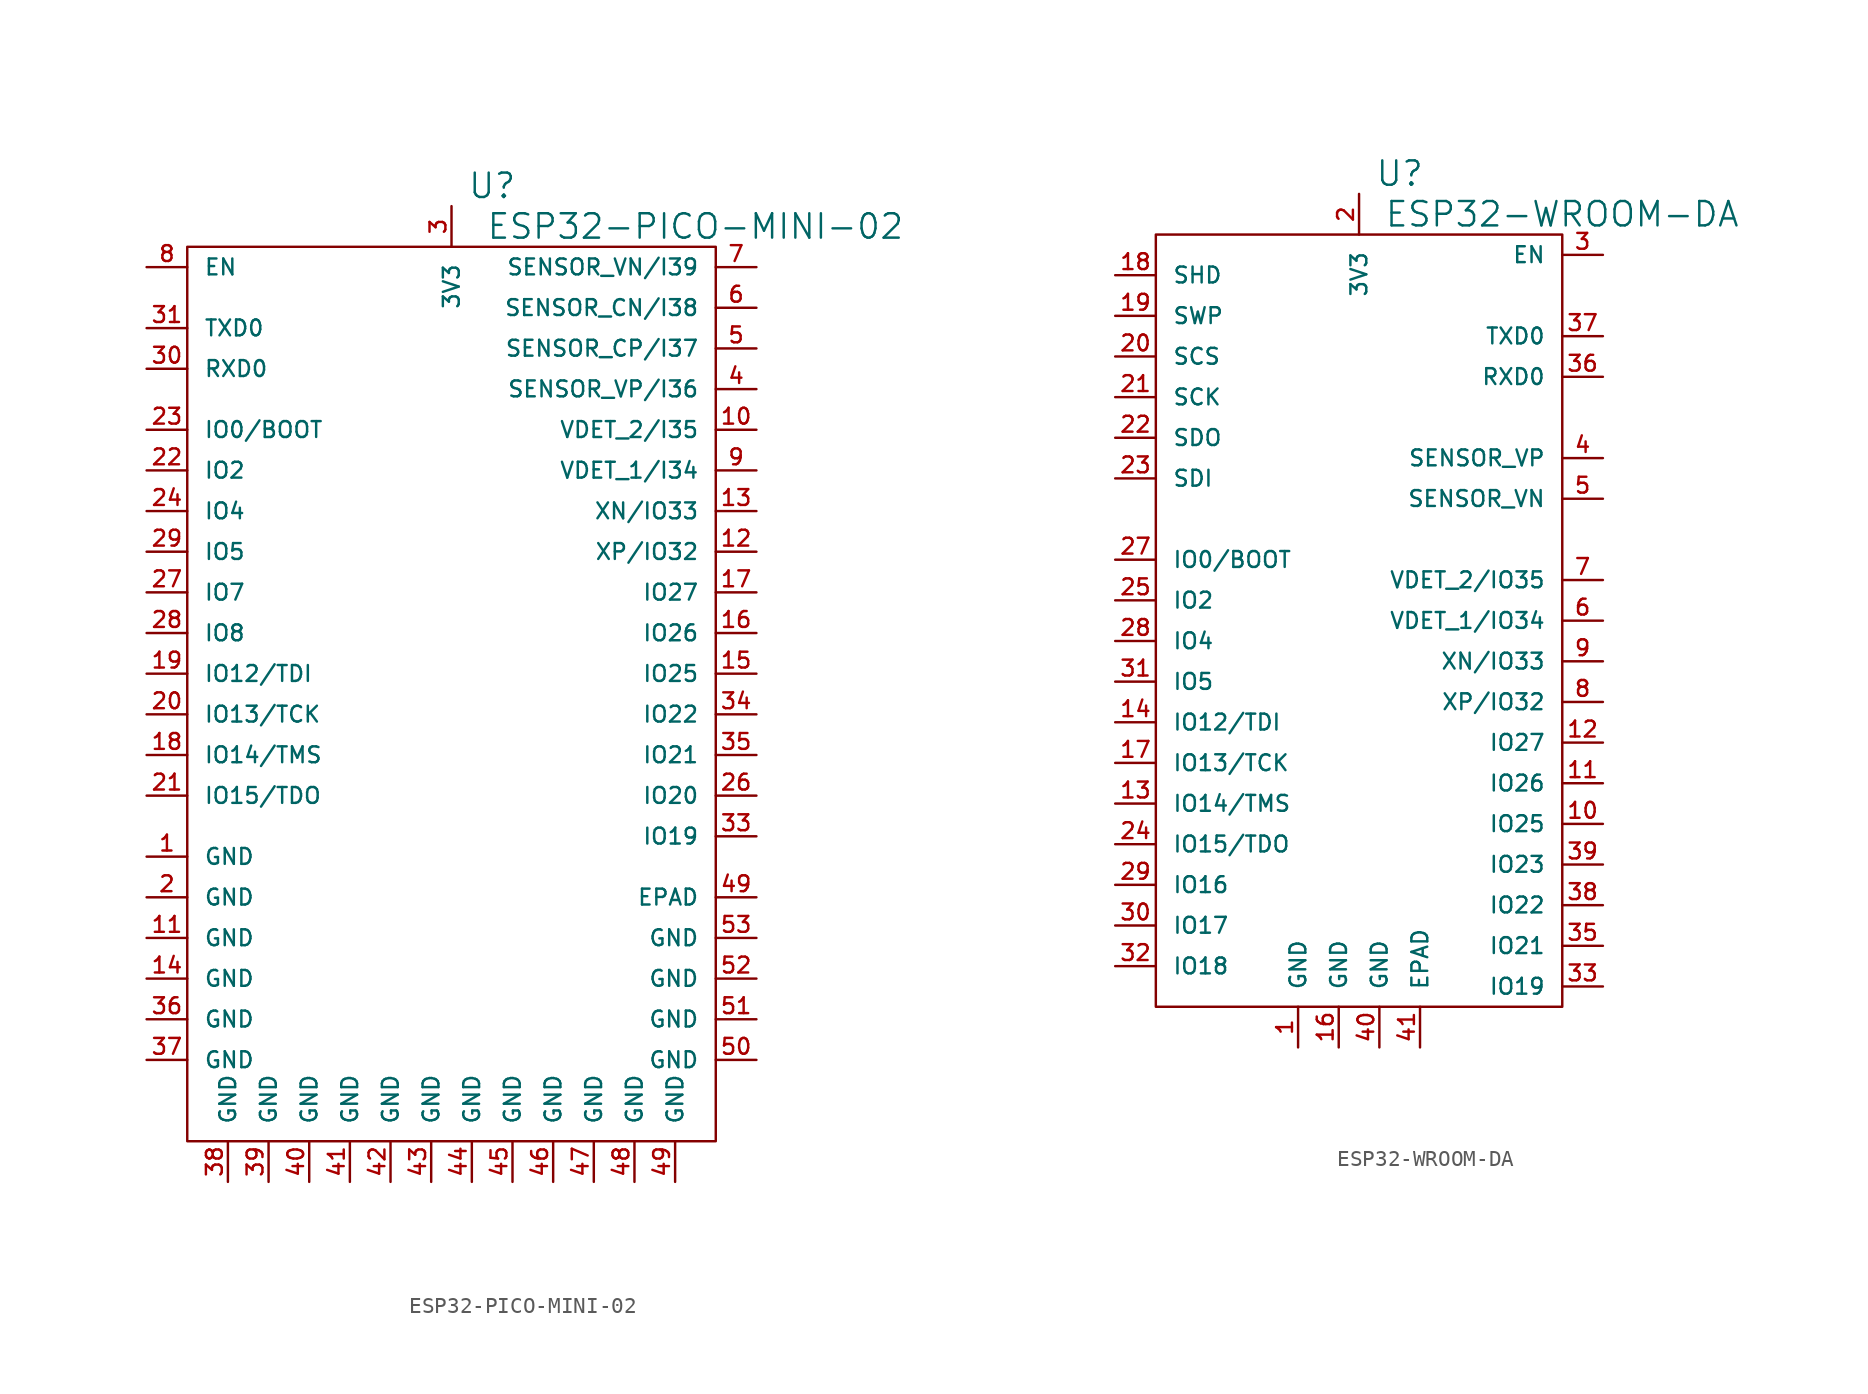
<source format=kicad_sym>
(kicad_symbol_lib
  (version 20220914)
  (generator kicad_symbol_editor)
  (symbol "ESP32-PICO-MINI-02"
    (pin_names
      (offset 1.016))
    (property "Reference" "U"
      (at 2.54 31.75 0)
      (effects (font (size 1.524 1.524))))
    (property "Value" "ESP32-PICO-MINI-02"
      (at 15.24 29.21 0)
      (effects (font (size 1.524 1.524))))
    (property "Footprint" ""
      (at 0 -10.16 0)
      (effects (font (size 1.524 1.524))))
    (property "Datasheet" ""
      (at 0 0 0)
      (effects (font (size 1.524 1.524))))
    (symbol "ESP32-PICO-MINI-02_0_1"
      (rectangle (start -16.51 27.94) (end 16.51 -27.94) (stroke (width 0) (type solid)) (fill (type none))))
    (symbol "ESP32-PICO-MINI-02_1_1"
      (pin passive line (at -19.05 -10.16 0) (length 2.54) (name "GND" (effects (font (size 0.991 0.991)))) (number "1" (effects (font (size 0.991 0.991)))))
      (pin passive line (at 19.05 16.51 180) (length 2.54) (name "VDET_2/I35" (effects (font (size 0.991 0.991)))) (number "10" (effects (font (size 0.991 0.991)))))
      (pin passive line (at -19.05 -15.24 0) (length 2.54) (name "GND" (effects (font (size 0.991 0.991)))) (number "11" (effects (font (size 0.991 0.991)))))
      (pin passive line (at 19.05 8.89 180) (length 2.54) (name "XP/IO32" (effects (font (size 0.991 0.991)))) (number "12" (effects (font (size 0.991 0.991)))))
      (pin passive line (at 19.05 11.43 180) (length 2.54) (name "XN/IO33" (effects (font (size 0.991 0.991)))) (number "13" (effects (font (size 0.991 0.991)))))
      (pin passive line (at -19.05 -17.78 0) (length 2.54) (name "GND" (effects (font (size 0.991 0.991)))) (number "14" (effects (font (size 0.991 0.991)))))
      (pin passive line (at 19.05 1.27 180) (length 2.54) (name "IO25" (effects (font (size 0.991 0.991)))) (number "15" (effects (font (size 0.991 0.991)))))
      (pin passive line (at 19.05 3.81 180) (length 2.54) (name "IO26" (effects (font (size 0.991 0.991)))) (number "16" (effects (font (size 0.991 0.991)))))
      (pin passive line (at 19.05 6.35 180) (length 2.54) (name "IO27" (effects (font (size 0.991 0.991)))) (number "17" (effects (font (size 0.991 0.991)))))
      (pin passive line (at -19.05 -3.81 0) (length 2.54) (name "IO14/TMS" (effects (font (size 0.991 0.991)))) (number "18" (effects (font (size 0.991 0.991)))))
      (pin passive line (at -19.05 1.27 0) (length 2.54) (name "IO12/TDI" (effects (font (size 0.991 0.991)))) (number "19" (effects (font (size 0.991 0.991)))))
      (pin passive line (at -19.05 -12.7 0) (length 2.54) (name "GND" (effects (font (size 0.991 0.991)))) (number "2" (effects (font (size 0.991 0.991)))))
      (pin passive line (at -19.05 -1.27 0) (length 2.54) (name "IO13/TCK" (effects (font (size 0.991 0.991)))) (number "20" (effects (font (size 0.991 0.991)))))
      (pin passive line (at -19.05 -6.35 0) (length 2.54) (name "IO15/TDO" (effects (font (size 0.991 0.991)))) (number "21" (effects (font (size 0.991 0.991)))))
      (pin passive line (at -19.05 13.97 0) (length 2.54) (name "IO2" (effects (font (size 0.991 0.991)))) (number "22" (effects (font (size 0.991 0.991)))))
      (pin passive line (at -19.05 16.51 0) (length 2.54) (name "IO0/BOOT" (effects (font (size 0.991 0.991)))) (number "23" (effects (font (size 0.991 0.991)))))
      (pin passive line (at -19.05 11.43 0) (length 2.54) (name "IO4" (effects (font (size 0.991 0.991)))) (number "24" (effects (font (size 0.991 0.991)))))
      (pin passive line (at 19.05 -6.35 180) (length 2.54) (name "IO20" (effects (font (size 0.991 0.991)))) (number "26" (effects (font (size 0.991 0.991)))))
      (pin passive line (at -19.05 6.35 0) (length 2.54) (name "IO7" (effects (font (size 0.991 0.991)))) (number "27" (effects (font (size 0.991 0.991)))))
      (pin passive line (at -19.05 3.81 0) (length 2.54) (name "IO8" (effects (font (size 0.991 0.991)))) (number "28" (effects (font (size 0.991 0.991)))))
      (pin passive line (at -19.05 8.89 0) (length 2.54) (name "IO5" (effects (font (size 0.991 0.991)))) (number "29" (effects (font (size 0.991 0.991)))))
      (pin passive line (at 0 30.48 270) (length 2.54) (name "3V3" (effects (font (size 0.991 0.991)))) (number "3" (effects (font (size 0.991 0.991)))))
      (pin passive line (at -19.05 20.32 0) (length 2.54) (name "RXD0" (effects (font (size 0.991 0.991)))) (number "30" (effects (font (size 0.991 0.991)))))
      (pin passive line (at -19.05 22.86 0) (length 2.54) (name "TXD0" (effects (font (size 0.991 0.991)))) (number "31" (effects (font (size 0.991 0.991)))))
      (pin passive line (at 19.05 -8.89 180) (length 2.54) (name "IO19" (effects (font (size 0.991 0.991)))) (number "33" (effects (font (size 0.991 0.991)))))
      (pin passive line (at 19.05 -1.27 180) (length 2.54) (name "IO22" (effects (font (size 0.991 0.991)))) (number "34" (effects (font (size 0.991 0.991)))))
      (pin passive line (at 19.05 -3.81 180) (length 2.54) (name "IO21" (effects (font (size 0.991 0.991)))) (number "35" (effects (font (size 0.991 0.991)))))
      (pin passive line (at -19.05 -20.32 0) (length 2.54) (name "GND" (effects (font (size 0.991 0.991)))) (number "36" (effects (font (size 0.991 0.991)))))
      (pin passive line (at -19.05 -22.86 0) (length 2.54) (name "GND" (effects (font (size 0.991 0.991)))) (number "37" (effects (font (size 0.991 0.991)))))
      (pin passive line (at -13.97 -30.48 90) (length 2.54) (name "GND" (effects (font (size 0.991 0.991)))) (number "38" (effects (font (size 0.991 0.991)))))
      (pin passive line (at -11.43 -30.48 90) (length 2.54) (name "GND" (effects (font (size 0.991 0.991)))) (number "39" (effects (font (size 0.991 0.991)))))
      (pin passive line (at 19.05 19.05 180) (length 2.54) (name "SENSOR_VP/I36" (effects (font (size 0.991 0.991)))) (number "4" (effects (font (size 0.991 0.991)))))
      (pin passive line (at -8.89 -30.48 90) (length 2.54) (name "GND" (effects (font (size 0.991 0.991)))) (number "40" (effects (font (size 0.991 0.991)))))
      (pin passive line (at -6.35 -30.48 90) (length 2.54) (name "GND" (effects (font (size 0.991 0.991)))) (number "41" (effects (font (size 0.991 0.991)))))
      (pin passive line (at -3.81 -30.48 90) (length 2.54) (name "GND" (effects (font (size 0.991 0.991)))) (number "42" (effects (font (size 0.991 0.991)))))
      (pin passive line (at -1.27 -30.48 90) (length 2.54) (name "GND" (effects (font (size 0.991 0.991)))) (number "43" (effects (font (size 0.991 0.991)))))
      (pin passive line (at 1.27 -30.48 90) (length 2.54) (name "GND" (effects (font (size 0.991 0.991)))) (number "44" (effects (font (size 0.991 0.991)))))
      (pin passive line (at 3.81 -30.48 90) (length 2.54) (name "GND" (effects (font (size 0.991 0.991)))) (number "45" (effects (font (size 0.991 0.991)))))
      (pin passive line (at 6.35 -30.48 90) (length 2.54) (name "GND" (effects (font (size 0.991 0.991)))) (number "46" (effects (font (size 0.991 0.991)))))
      (pin passive line (at 8.89 -30.48 90) (length 2.54) (name "GND" (effects (font (size 0.991 0.991)))) (number "47" (effects (font (size 0.991 0.991)))))
      (pin passive line (at 11.43 -30.48 90) (length 2.54) (name "GND" (effects (font (size 0.991 0.991)))) (number "48" (effects (font (size 0.991 0.991)))))
      (pin passive line (at 19.05 -12.7 180) (length 2.54) (name "EPAD" (effects (font (size 0.991 0.991)))) (number "49" (effects (font (size 0.991 0.991)))))
      (pin passive line (at 13.97 -30.48 90) (length 2.54) (name "GND" (effects (font (size 0.991 0.991)))) (number "49" (effects (font (size 0.991 0.991)))))
      (pin passive line (at 19.05 21.59 180) (length 2.54) (name "SENSOR_CP/I37" (effects (font (size 0.991 0.991)))) (number "5" (effects (font (size 0.991 0.991)))))
      (pin passive line (at 19.05 -22.86 180) (length 2.54) (name "GND" (effects (font (size 0.991 0.991)))) (number "50" (effects (font (size 0.991 0.991)))))
      (pin passive line (at 19.05 -20.32 180) (length 2.54) (name "GND" (effects (font (size 0.991 0.991)))) (number "51" (effects (font (size 0.991 0.991)))))
      (pin passive line (at 19.05 -17.78 180) (length 2.54) (name "GND" (effects (font (size 0.991 0.991)))) (number "52" (effects (font (size 0.991 0.991)))))
      (pin passive line (at 19.05 -15.24 180) (length 2.54) (name "GND" (effects (font (size 0.991 0.991)))) (number "53" (effects (font (size 0.991 0.991)))))
      (pin passive line (at 19.05 24.13 180) (length 2.54) (name "SENSOR_CN/I38" (effects (font (size 0.991 0.991)))) (number "6" (effects (font (size 0.991 0.991)))))
      (pin passive line (at 19.05 26.67 180) (length 2.54) (name "SENSOR_VN/I39" (effects (font (size 0.991 0.991)))) (number "7" (effects (font (size 0.991 0.991)))))
      (pin passive line (at -19.05 26.67 0) (length 2.54) (name "EN" (effects (font (size 0.991 0.991)))) (number "8" (effects (font (size 0.991 0.991)))))
      (pin passive line (at 19.05 13.97 180) (length 2.54) (name "VDET_1/I34" (effects (font (size 0.991 0.991)))) (number "9" (effects (font (size 0.991 0.991)))))))
  (symbol "ESP32-WROOM-DA"
    (pin_names
      (offset 1.016))
    (property "Reference" "U"
      (at 2.54 27.94 0)
      (effects (font (size 1.524 1.524))))
    (property "Value" "ESP32-WROOM-DA"
      (at 12.7 25.4 0)
      (effects (font (size 1.524 1.524))))
    (property "Footprint" ""
      (at 0 -5.08 0)
      (effects (font (size 1.524 1.524))))
    (property "Datasheet" ""
      (at 0 0 0)
      (effects (font (size 1.524 1.524))))
    (symbol "ESP32-WROOM-DA_0_1"
      (rectangle (start -12.7 24.13) (end 12.7 -24.13) (stroke (width 0) (type solid)) (fill (type none))))
    (symbol "ESP32-WROOM-DA_1_1"
      (pin passive line (at -3.81 -26.67 90) (length 2.54) (name "GND" (effects (font (size 0.991 0.991)))) (number "1" (effects (font (size 0.991 0.991)))))
      (pin passive line (at 15.24 -12.7 180) (length 2.54) (name "IO25" (effects (font (size 0.991 0.991)))) (number "10" (effects (font (size 0.991 0.991)))))
      (pin passive line (at 15.24 -10.16 180) (length 2.54) (name "IO26" (effects (font (size 0.991 0.991)))) (number "11" (effects (font (size 0.991 0.991)))))
      (pin passive line (at 15.24 -7.62 180) (length 2.54) (name "IO27" (effects (font (size 0.991 0.991)))) (number "12" (effects (font (size 0.991 0.991)))))
      (pin passive line (at -15.24 -11.43 0) (length 2.54) (name "IO14/TMS" (effects (font (size 0.991 0.991)))) (number "13" (effects (font (size 0.991 0.991)))))
      (pin passive line (at -15.24 -6.35 0) (length 2.54) (name "IO12/TDI" (effects (font (size 0.991 0.991)))) (number "14" (effects (font (size 0.991 0.991)))))
      (pin passive line (at -1.27 -26.67 90) (length 2.54) (name "GND" (effects (font (size 0.991 0.991)))) (number "16" (effects (font (size 0.991 0.991)))))
      (pin passive line (at -15.24 -8.89 0) (length 2.54) (name "IO13/TCK" (effects (font (size 0.991 0.991)))) (number "17" (effects (font (size 0.991 0.991)))))
      (pin passive line (at -15.24 21.59 0) (length 2.54) (name "SHD" (effects (font (size 0.991 0.991)))) (number "18" (effects (font (size 0.991 0.991)))))
      (pin passive line (at -15.24 19.05 0) (length 2.54) (name "SWP" (effects (font (size 0.991 0.991)))) (number "19" (effects (font (size 0.991 0.991)))))
      (pin passive line (at 0 26.67 270) (length 2.54) (name "3V3" (effects (font (size 0.991 0.991)))) (number "2" (effects (font (size 0.991 0.991)))))
      (pin passive line (at -15.24 16.51 0) (length 2.54) (name "SCS" (effects (font (size 0.991 0.991)))) (number "20" (effects (font (size 0.991 0.991)))))
      (pin passive line (at -15.24 13.97 0) (length 2.54) (name "SCK" (effects (font (size 0.991 0.991)))) (number "21" (effects (font (size 0.991 0.991)))))
      (pin passive line (at -15.24 11.43 0) (length 2.54) (name "SDO" (effects (font (size 0.991 0.991)))) (number "22" (effects (font (size 0.991 0.991)))))
      (pin passive line (at -15.24 8.89 0) (length 2.54) (name "SDI" (effects (font (size 0.991 0.991)))) (number "23" (effects (font (size 0.991 0.991)))))
      (pin passive line (at -15.24 -13.97 0) (length 2.54) (name "IO15/TDO" (effects (font (size 0.991 0.991)))) (number "24" (effects (font (size 0.991 0.991)))))
      (pin passive line (at -15.24 1.27 0) (length 2.54) (name "IO2" (effects (font (size 0.991 0.991)))) (number "25" (effects (font (size 0.991 0.991)))))
      (pin passive line (at -15.24 3.81 0) (length 2.54) (name "IO0/BOOT" (effects (font (size 0.991 0.991)))) (number "27" (effects (font (size 0.991 0.991)))))
      (pin passive line (at -15.24 -1.27 0) (length 2.54) (name "IO4" (effects (font (size 0.991 0.991)))) (number "28" (effects (font (size 0.991 0.991)))))
      (pin passive line (at -15.24 -16.51 0) (length 2.54) (name "IO16" (effects (font (size 0.991 0.991)))) (number "29" (effects (font (size 0.991 0.991)))))
      (pin passive line (at 15.24 22.86 180) (length 2.54) (name "EN" (effects (font (size 0.991 0.991)))) (number "3" (effects (font (size 0.991 0.991)))))
      (pin passive line (at -15.24 -19.05 0) (length 2.54) (name "IO17" (effects (font (size 0.991 0.991)))) (number "30" (effects (font (size 0.991 0.991)))))
      (pin passive line (at -15.24 -3.81 0) (length 2.54) (name "IO5" (effects (font (size 0.991 0.991)))) (number "31" (effects (font (size 0.991 0.991)))))
      (pin passive line (at -15.24 -21.59 0) (length 2.54) (name "IO18" (effects (font (size 0.991 0.991)))) (number "32" (effects (font (size 0.991 0.991)))))
      (pin passive line (at 15.24 -22.86 180) (length 2.54) (name "IO19" (effects (font (size 0.991 0.991)))) (number "33" (effects (font (size 0.991 0.991)))))
      (pin passive line (at 15.24 -20.32 180) (length 2.54) (name "IO21" (effects (font (size 0.991 0.991)))) (number "35" (effects (font (size 0.991 0.991)))))
      (pin passive line (at 15.24 15.24 180) (length 2.54) (name "RXD0" (effects (font (size 0.991 0.991)))) (number "36" (effects (font (size 0.991 0.991)))))
      (pin passive line (at 15.24 17.78 180) (length 2.54) (name "TXD0" (effects (font (size 0.991 0.991)))) (number "37" (effects (font (size 0.991 0.991)))))
      (pin passive line (at 15.24 -17.78 180) (length 2.54) (name "IO22" (effects (font (size 0.991 0.991)))) (number "38" (effects (font (size 0.991 0.991)))))
      (pin passive line (at 15.24 -15.24 180) (length 2.54) (name "IO23" (effects (font (size 0.991 0.991)))) (number "39" (effects (font (size 0.991 0.991)))))
      (pin passive line (at 15.24 10.16 180) (length 2.54) (name "SENSOR_VP" (effects (font (size 0.991 0.991)))) (number "4" (effects (font (size 0.991 0.991)))))
      (pin passive line (at 1.27 -26.67 90) (length 2.54) (name "GND" (effects (font (size 0.991 0.991)))) (number "40" (effects (font (size 0.991 0.991)))))
      (pin passive line (at 3.81 -26.67 90) (length 2.54) (name "EPAD" (effects (font (size 0.991 0.991)))) (number "41" (effects (font (size 0.991 0.991)))))
      (pin passive line (at 15.24 7.62 180) (length 2.54) (name "SENSOR_VN" (effects (font (size 0.991 0.991)))) (number "5" (effects (font (size 0.991 0.991)))))
      (pin passive line (at 15.24 0 180) (length 2.54) (name "VDET_1/IO34" (effects (font (size 0.991 0.991)))) (number "6" (effects (font (size 0.991 0.991)))))
      (pin passive line (at 15.24 2.54 180) (length 2.54) (name "VDET_2/IO35" (effects (font (size 0.991 0.991)))) (number "7" (effects (font (size 0.991 0.991)))))
      (pin passive line (at 15.24 -5.08 180) (length 2.54) (name "XP/IO32" (effects (font (size 0.991 0.991)))) (number "8" (effects (font (size 0.991 0.991)))))
      (pin passive line (at 15.24 -2.54 180) (length 2.54) (name "XN/IO33" (effects (font (size 0.991 0.991)))) (number "9" (effects (font (size 0.991 0.991))))))))
</source>
